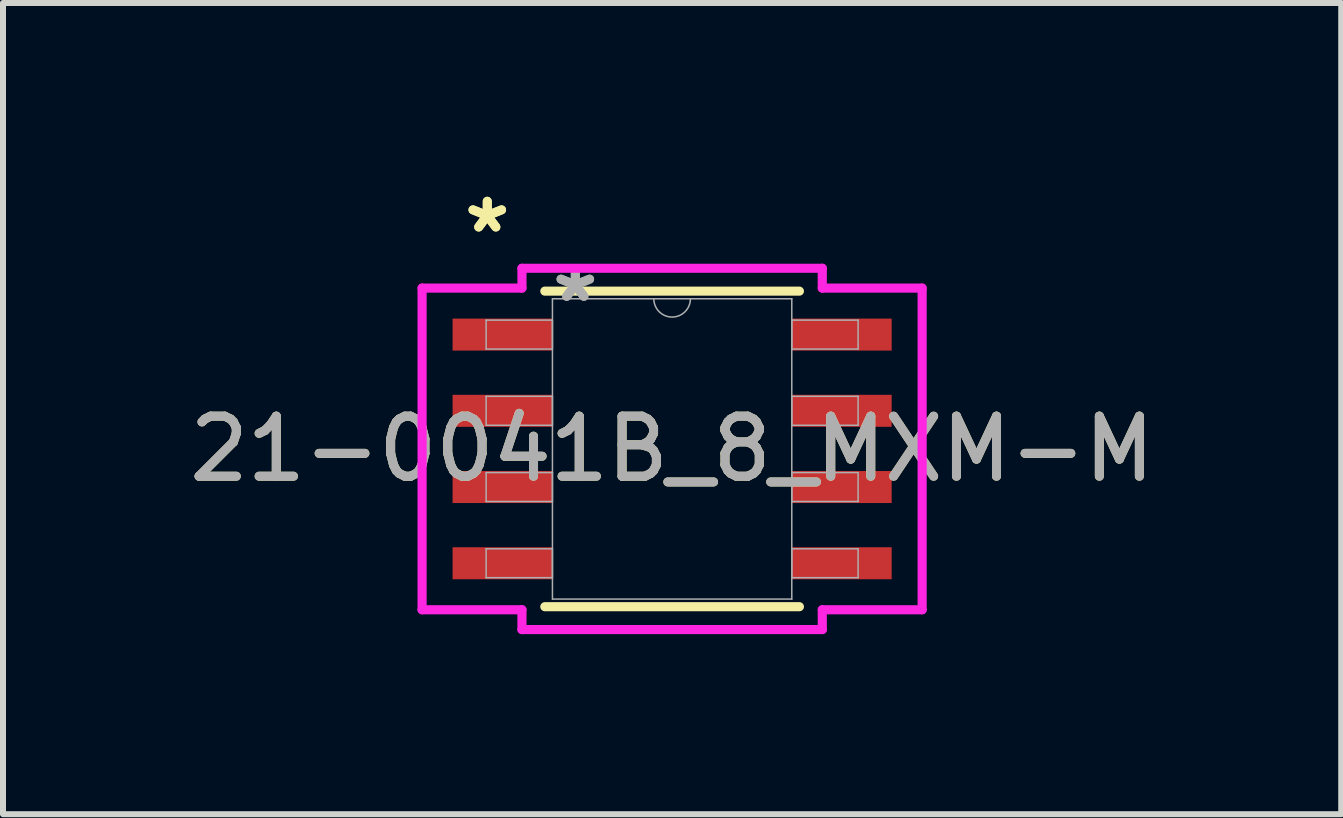
<source format=kicad_pcb>
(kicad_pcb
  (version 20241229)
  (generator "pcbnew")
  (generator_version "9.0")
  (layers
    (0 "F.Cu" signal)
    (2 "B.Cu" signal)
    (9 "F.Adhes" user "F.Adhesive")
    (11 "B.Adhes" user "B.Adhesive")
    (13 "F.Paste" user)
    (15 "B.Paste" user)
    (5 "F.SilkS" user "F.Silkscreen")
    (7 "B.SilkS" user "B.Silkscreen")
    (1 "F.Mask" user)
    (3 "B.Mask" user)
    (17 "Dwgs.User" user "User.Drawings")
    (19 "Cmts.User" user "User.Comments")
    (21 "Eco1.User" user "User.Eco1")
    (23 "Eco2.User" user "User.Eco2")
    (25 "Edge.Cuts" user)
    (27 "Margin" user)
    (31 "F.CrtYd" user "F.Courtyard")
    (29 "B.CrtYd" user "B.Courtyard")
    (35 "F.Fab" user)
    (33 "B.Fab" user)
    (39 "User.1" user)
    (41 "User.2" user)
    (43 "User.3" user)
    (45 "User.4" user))
  (footprint "21-0041B_8_MXM-M"
    (layer "F.Cu")
    (at 8.149 4.43)
    (property "Reference" "21-0041B_8_MXM-M" (at 0 0 0) (unlocked yes) (layer "F.SilkS") (effects (font (size 1 1) (thickness 0.15))))
    (attr smd)
    (fp_line (start -2.121 2.629) (end 2.121 2.629) (stroke (width 0.152) (type solid)) (layer "F.SilkS"))
    (fp_line (start 2.121 -2.629) (end -2.121 -2.629) (stroke (width 0.152) (type solid)) (layer "F.SilkS"))
    (fp_line (start -4.166 -2.68) (end -2.502 -2.68) (stroke (width 0.152) (type solid)) (layer "F.CrtYd"))
    (fp_line (start -4.166 2.68) (end -4.166 -2.68) (stroke (width 0.152) (type solid)) (layer "F.CrtYd"))
    (fp_line (start -4.166 2.68) (end -2.502 2.68) (stroke (width 0.152) (type solid)) (layer "F.CrtYd"))
    (fp_line (start -2.502 -3.01) (end 2.502 -3.01) (stroke (width 0.152) (type solid)) (layer "F.CrtYd"))
    (fp_line (start -2.502 -2.68) (end -2.502 -3.01) (stroke (width 0.152) (type solid)) (layer "F.CrtYd"))
    (fp_line (start -2.502 3.01) (end -2.502 2.68) (stroke (width 0.152) (type solid)) (layer "F.CrtYd"))
    (fp_line (start 2.502 -3.01) (end 2.502 -2.68) (stroke (width 0.152) (type solid)) (layer "F.CrtYd"))
    (fp_line (start 2.502 2.68) (end 2.502 3.01) (stroke (width 0.152) (type solid)) (layer "F.CrtYd"))
    (fp_line (start 2.502 3.01) (end -2.502 3.01) (stroke (width 0.152) (type solid)) (layer "F.CrtYd"))
    (fp_line (start 4.166 -2.68) (end 2.502 -2.68) (stroke (width 0.152) (type solid)) (layer "F.CrtYd"))
    (fp_line (start 4.166 -2.68) (end 4.166 2.68) (stroke (width 0.152) (type solid)) (layer "F.CrtYd"))
    (fp_line (start 4.166 2.68) (end 2.502 2.68) (stroke (width 0.152) (type solid)) (layer "F.CrtYd"))
    (fp_line (start -3.099 -2.146) (end -3.099 -1.664) (stroke (width 0.025) (type solid)) (layer "F.Fab"))
    (fp_line (start -3.099 -1.664) (end -1.994 -1.664) (stroke (width 0.025) (type solid)) (layer "F.Fab"))
    (fp_line (start -3.099 -0.876) (end -3.099 -0.394) (stroke (width 0.025) (type solid)) (layer "F.Fab"))
    (fp_line (start -3.099 -0.394) (end -1.994 -0.394) (stroke (width 0.025) (type solid)) (layer "F.Fab"))
    (fp_line (start -3.099 0.394) (end -3.099 0.876) (stroke (width 0.025) (type solid)) (layer "F.Fab"))
    (fp_line (start -3.099 0.876) (end -1.994 0.876) (stroke (width 0.025) (type solid)) (layer "F.Fab"))
    (fp_line (start -3.099 1.664) (end -3.099 2.146) (stroke (width 0.025) (type solid)) (layer "F.Fab"))
    (fp_line (start -3.099 2.146) (end -1.994 2.146) (stroke (width 0.025) (type solid)) (layer "F.Fab"))
    (fp_line (start -1.994 -2.502) (end -1.994 2.502) (stroke (width 0.025) (type solid)) (layer "F.Fab"))
    (fp_line (start -1.994 -2.146) (end -3.099 -2.146) (stroke (width 0.025) (type solid)) (layer "F.Fab"))
    (fp_line (start -1.994 -1.664) (end -1.994 -2.146) (stroke (width 0.025) (type solid)) (layer "F.Fab"))
    (fp_line (start -1.994 -0.876) (end -3.099 -0.876) (stroke (width 0.025) (type solid)) (layer "F.Fab"))
    (fp_line (start -1.994 -0.394) (end -1.994 -0.876) (stroke (width 0.025) (type solid)) (layer "F.Fab"))
    (fp_line (start -1.994 0.394) (end -3.099 0.394) (stroke (width 0.025) (type solid)) (layer "F.Fab"))
    (fp_line (start -1.994 0.876) (end -1.994 0.394) (stroke (width 0.025) (type solid)) (layer "F.Fab"))
    (fp_line (start -1.994 1.664) (end -3.099 1.664) (stroke (width 0.025) (type solid)) (layer "F.Fab"))
    (fp_line (start -1.994 2.146) (end -1.994 1.664) (stroke (width 0.025) (type solid)) (layer "F.Fab"))
    (fp_line (start -1.994 2.502) (end 1.994 2.502) (stroke (width 0.025) (type solid)) (layer "F.Fab"))
    (fp_line (start 1.994 -2.502) (end -1.994 -2.502) (stroke (width 0.025) (type solid)) (layer "F.Fab"))
    (fp_line (start 1.994 -2.146) (end 1.994 -1.664) (stroke (width 0.025) (type solid)) (layer "F.Fab"))
    (fp_line (start 1.994 -1.664) (end 3.099 -1.664) (stroke (width 0.025) (type solid)) (layer "F.Fab"))
    (fp_line (start 1.994 -0.876) (end 1.994 -0.394) (stroke (width 0.025) (type solid)) (layer "F.Fab"))
    (fp_line (start 1.994 -0.394) (end 3.099 -0.394) (stroke (width 0.025) (type solid)) (layer "F.Fab"))
    (fp_line (start 1.994 0.394) (end 1.994 0.876) (stroke (width 0.025) (type solid)) (layer "F.Fab"))
    (fp_line (start 1.994 0.876) (end 3.099 0.876) (stroke (width 0.025) (type solid)) (layer "F.Fab"))
    (fp_line (start 1.994 1.664) (end 1.994 2.146) (stroke (width 0.025) (type solid)) (layer "F.Fab"))
    (fp_line (start 1.994 2.146) (end 3.099 2.146) (stroke (width 0.025) (type solid)) (layer "F.Fab"))
    (fp_line (start 1.994 2.502) (end 1.994 -2.502) (stroke (width 0.025) (type solid)) (layer "F.Fab"))
    (fp_line (start 3.099 -2.146) (end 1.994 -2.146) (stroke (width 0.025) (type solid)) (layer "F.Fab"))
    (fp_line (start 3.099 -1.664) (end 3.099 -2.146) (stroke (width 0.025) (type solid)) (layer "F.Fab"))
    (fp_line (start 3.099 -0.876) (end 1.994 -0.876) (stroke (width 0.025) (type solid)) (layer "F.Fab"))
    (fp_line (start 3.099 -0.394) (end 3.099 -0.876) (stroke (width 0.025) (type solid)) (layer "F.Fab"))
    (fp_line (start 3.099 0.394) (end 1.994 0.394) (stroke (width 0.025) (type solid)) (layer "F.Fab"))
    (fp_line (start 3.099 0.876) (end 3.099 0.394) (stroke (width 0.025) (type solid)) (layer "F.Fab"))
    (fp_line (start 3.099 1.664) (end 1.994 1.664) (stroke (width 0.025) (type solid)) (layer "F.Fab"))
    (fp_line (start 3.099 2.146) (end 3.099 1.664) (stroke (width 0.025) (type solid)) (layer "F.Fab"))
    (fp_arc (start 0.3048 -2.5019) (mid 0 -2.1971) (end -0.3048 -2.5019) (stroke (width 0.0254) (type solid)) (layer "F.Fab"))
    (fp_text user "*" (at -3.08 -3.581 0) (layer "F.SilkS") (effects (font (size 1 1) (thickness 0.15))))
    (fp_text user "*" (at -3.08 -3.581 0) (unlocked yes) (layer "F.SilkS") (effects (font (size 1 1) (thickness 0.15))))
    (fp_text user "${REFERENCE}" (at 0 0 0) (unlocked yes) (layer "F.Fab") (effects (font (size 1 1) (thickness 0.15))))
    (fp_text user "*" (at -1.613 -2.426 0) (layer "F.Fab") (effects (font (size 1 1) (thickness 0.15))))
    (fp_text user "*" (at -1.613 -2.426 0) (unlocked yes) (layer "F.Fab") (effects (font (size 1 1) (thickness 0.15))))
    (pad "1" smd rect (at -2.826 -1.905) (size 1.664 0.533) (layers "F.Cu" "F.Mask" "F.Paste"))
    (pad "2" smd rect (at -2.826 -0.635) (size 1.664 0.533) (layers "F.Cu" "F.Mask" "F.Paste"))
    (pad "3" smd rect (at -2.826 0.635) (size 1.664 0.533) (layers "F.Cu" "F.Mask" "F.Paste"))
    (pad "4" smd rect (at -2.826 1.905) (size 1.664 0.533) (layers "F.Cu" "F.Mask" "F.Paste"))
    (pad "5" smd rect (at 2.826 1.905) (size 1.664 0.533) (layers "F.Cu" "F.Mask" "F.Paste"))
    (pad "6" smd rect (at 2.826 0.635) (size 1.664 0.533) (layers "F.Cu" "F.Mask" "F.Paste"))
    (pad "7" smd rect (at 2.826 -0.635) (size 1.664 0.533) (layers "F.Cu" "F.Mask" "F.Paste"))
    (pad "8" smd rect (at 2.826 -1.905) (size 1.664 0.533) (layers "F.Cu" "F.Mask" "F.Paste")))
  (gr_rect
    (start -3 -3)
    (end 19.298 10.516)
    (stroke (width 0.1) (type default))
    (fill no)
    (layer "Edge.Cuts")))
</source>
